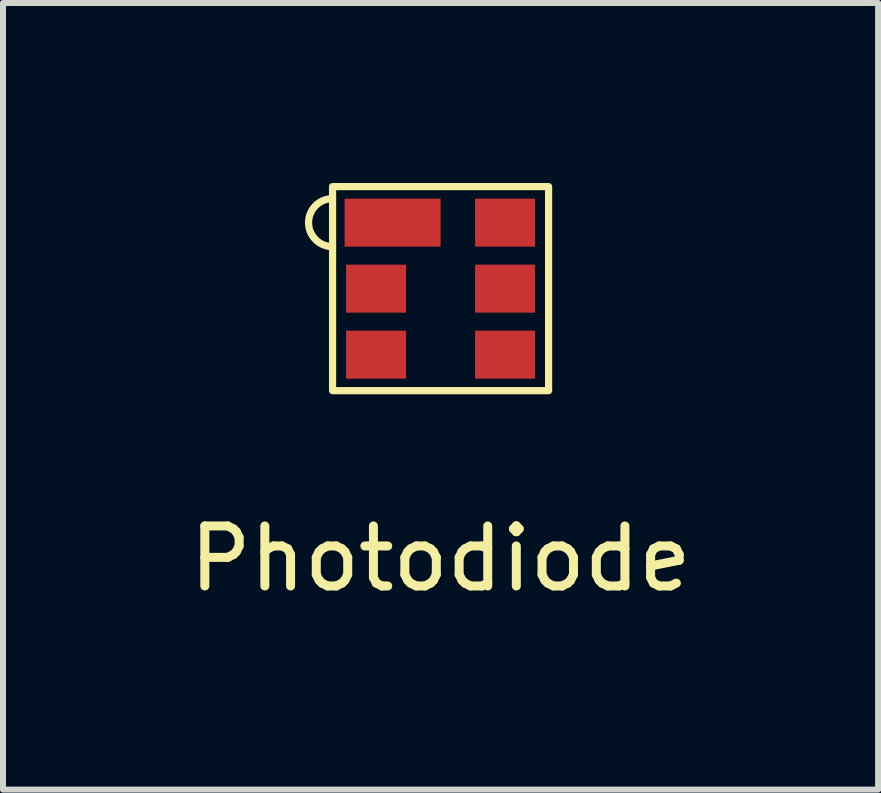
<source format=kicad_pcb>
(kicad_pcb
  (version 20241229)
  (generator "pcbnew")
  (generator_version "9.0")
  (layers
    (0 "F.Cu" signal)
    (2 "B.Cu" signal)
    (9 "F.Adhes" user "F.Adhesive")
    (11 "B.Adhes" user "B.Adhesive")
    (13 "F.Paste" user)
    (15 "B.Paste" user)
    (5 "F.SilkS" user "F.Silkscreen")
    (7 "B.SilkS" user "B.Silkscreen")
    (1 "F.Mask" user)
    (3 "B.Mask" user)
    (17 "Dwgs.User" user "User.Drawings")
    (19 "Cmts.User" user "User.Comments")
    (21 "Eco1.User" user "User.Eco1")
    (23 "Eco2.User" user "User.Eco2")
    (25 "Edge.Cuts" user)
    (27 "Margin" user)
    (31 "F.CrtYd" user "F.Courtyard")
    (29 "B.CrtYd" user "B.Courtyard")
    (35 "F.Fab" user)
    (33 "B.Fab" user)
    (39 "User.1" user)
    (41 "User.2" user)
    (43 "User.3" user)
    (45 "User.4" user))
  (footprint "Photodiode"
    (layer "F.Cu")
    (at 4.292 1.76)
    (property "Reference" "Photodiode" (at 0 4.5 0) (unlocked yes) (layer "F.SilkS") (effects (font (size 1 1) (thickness 0.15))))
    (attr smd)
    (fp_rect (start 1.8 -1.7) (end -1.8 1.7) (stroke (width 0.12) (type solid)) (fill no) (layer "F.SilkS"))
    (fp_arc (start -1.8 -0.7) (mid -2.2 -1.1) (end -1.8 -1.5) (stroke (width 0.12) (type solid)) (layer "F.SilkS"))
    (pad "1" smd rect (at -0.8 -1.1) (size 1.6 0.8) (layers "F.Cu" "F.Mask" "F.Paste"))
    (pad "2" smd rect (at -1.075 0) (size 1 0.8) (layers "F.Cu" "F.Mask" "F.Paste"))
    (pad "3" smd rect (at -1.075 1.1) (size 1 0.8) (layers "F.Cu" "F.Mask" "F.Paste"))
    (pad "4" smd rect (at 1.075 1.1) (size 1 0.8) (layers "F.Cu" "F.Mask" "F.Paste"))
    (pad "5" smd rect (at 1.075 0) (size 1 0.8) (layers "F.Cu" "F.Mask" "F.Paste"))
    (pad "6" smd rect (at 1.075 -1.1) (size 1 0.8) (layers "F.Cu" "F.Mask" "F.Paste")))
  (gr_rect
    (start -3 -3)
    (end 11.583 10.108)
    (stroke (width 0.1) (type default))
    (fill no)
    (layer "Edge.Cuts")))
</source>
